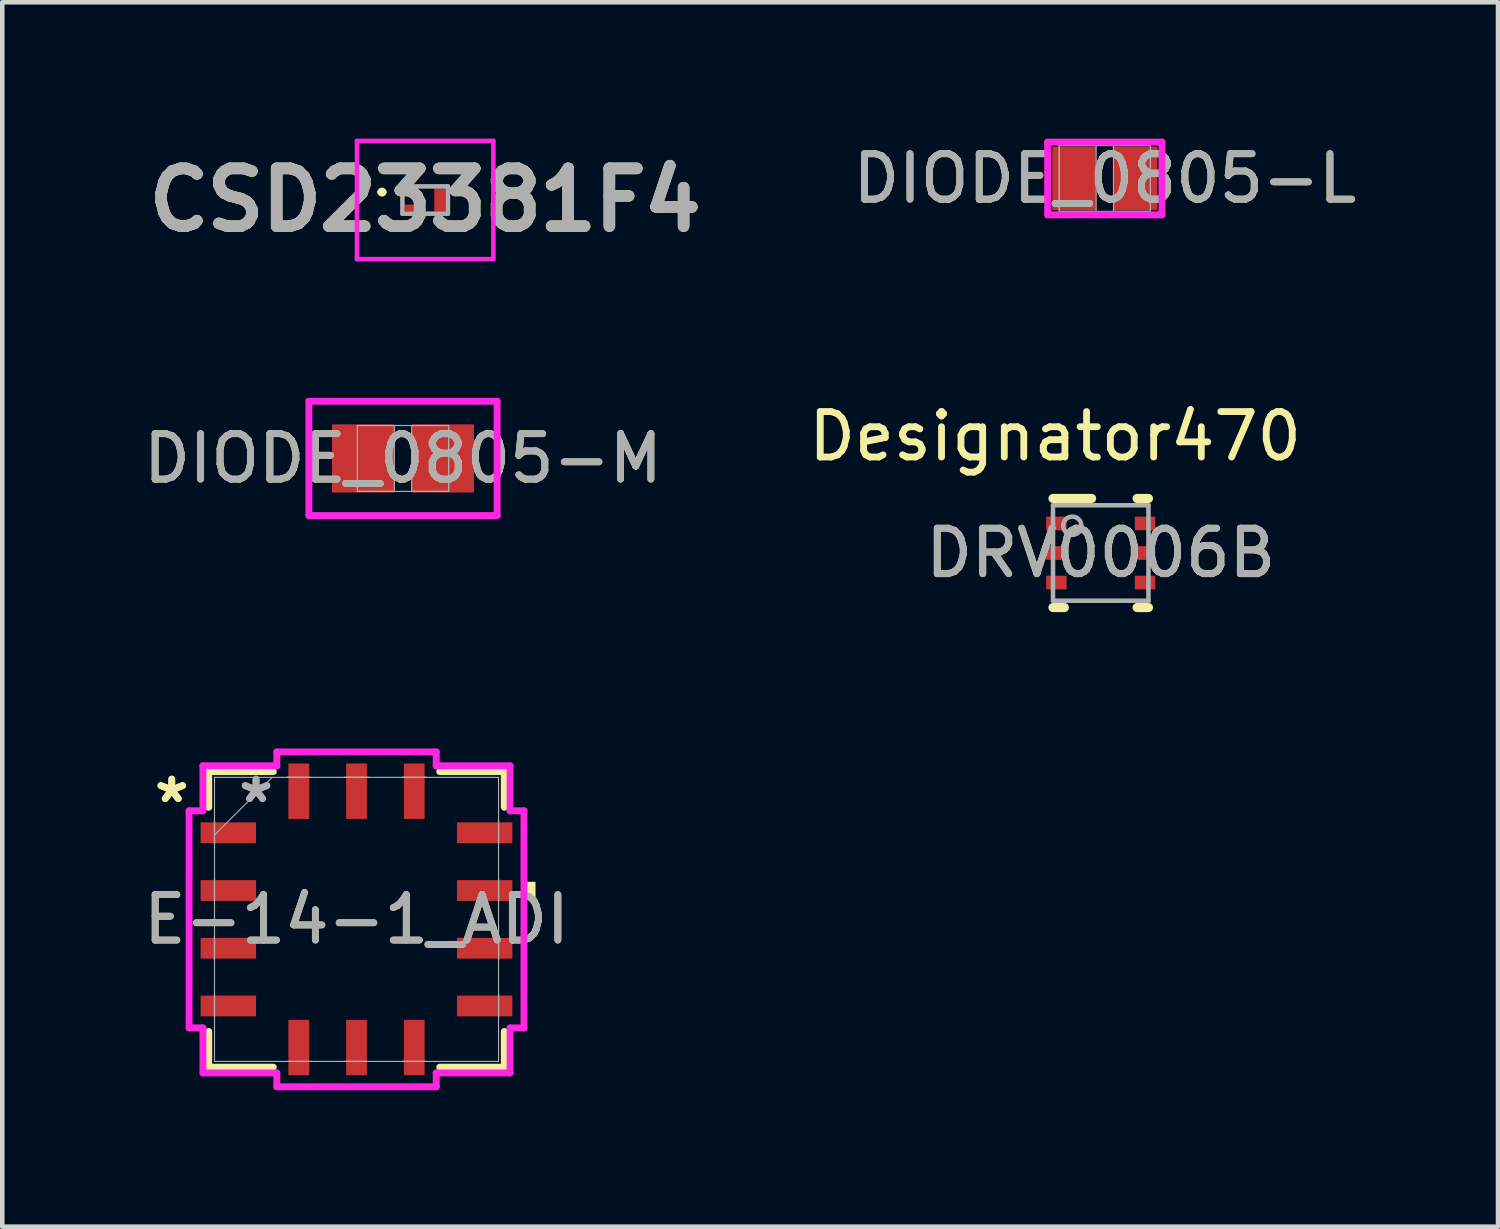
<source format=kicad_pcb>
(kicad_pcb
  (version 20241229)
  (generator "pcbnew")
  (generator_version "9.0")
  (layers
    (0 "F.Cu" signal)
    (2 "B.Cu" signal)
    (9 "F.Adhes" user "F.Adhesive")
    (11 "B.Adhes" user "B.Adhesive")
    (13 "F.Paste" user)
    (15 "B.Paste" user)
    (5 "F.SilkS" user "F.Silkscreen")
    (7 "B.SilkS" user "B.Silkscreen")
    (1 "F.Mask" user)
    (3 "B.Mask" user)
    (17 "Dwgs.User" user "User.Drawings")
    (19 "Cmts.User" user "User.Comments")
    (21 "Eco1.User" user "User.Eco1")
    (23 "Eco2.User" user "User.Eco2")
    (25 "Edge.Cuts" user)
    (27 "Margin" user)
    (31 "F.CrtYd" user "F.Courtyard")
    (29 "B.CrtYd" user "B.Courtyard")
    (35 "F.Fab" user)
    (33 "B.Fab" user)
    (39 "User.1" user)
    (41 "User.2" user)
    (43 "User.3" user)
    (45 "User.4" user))
  (footprint "DRV0006B"
    (layer "F.Cu")
    (at 21.162 9.114)
    (property "Reference" "DRV0006B" (at 0 0 0) (unlocked yes) (layer "F.SilkS") (effects (font (size 1 1) (thickness 0.15))))
    (attr smd)
    (fp_line (start -1.05 -1.2) (end -0.2 -1.2) (stroke (width 0.2) (type solid)) (layer "F.SilkS"))
    (fp_line (start -1.05 1.2) (end -0.8 1.2) (stroke (width 0.2) (type solid)) (layer "F.SilkS"))
    (fp_line (start 0.8 -1.2) (end 1.05 -1.2) (stroke (width 0.2) (type solid)) (layer "F.SilkS"))
    (fp_line (start 0.8 1.2) (end 1.05 1.2) (stroke (width 0.2) (type solid)) (layer "F.SilkS"))
    (fp_line (start -1.05 -1.05) (end 1.05 -1.05) (stroke (width 0.1) (type solid)) (layer "F.Fab"))
    (fp_line (start -1.05 1.05) (end -1.05 -1.05) (stroke (width 0.1) (type solid)) (layer "F.Fab"))
    (fp_line (start -1.05 1.05) (end 1.05 1.05) (stroke (width 0.1) (type solid)) (layer "F.Fab"))
    (fp_line (start 1.05 1.05) (end 1.05 -1.05) (stroke (width 0.1) (type solid)) (layer "F.Fab"))
    (fp_circle (center -0.625 -0.6) (end -0.425 -0.6) (stroke (width 0.1) (type solid)) (fill no) (layer "F.Fab"))
    (fp_text user "Designator470" (at -1.002 -2.566 0) (unlocked yes) (layer "F.SilkS") (effects (font (size 1 1) (thickness 0.15))))
    (fp_text user "${REFERENCE}" (at 0 0 0) (unlocked yes) (layer "F.Fab") (effects (font (size 1 1) (thickness 0.15))))
    (pad "1" smd rect (at -0.975 -0.65 90) (size 0.3 0.45) (layers "F.Cu" "F.Mask" "F.Paste"))
    (pad "2" smd rect (at -0.975 0 90) (size 0.3 0.45) (layers "F.Cu" "F.Mask" "F.Paste"))
    (pad "3" smd rect (at -0.975 0.65 90) (size 0.3 0.45) (layers "F.Cu" "F.Mask" "F.Paste"))
    (pad "4" smd rect (at 0.975 0.65 90) (size 0.3 0.45) (layers "F.Cu" "F.Mask" "F.Paste"))
    (pad "5" smd rect (at 0.975 0 90) (size 0.3 0.45) (layers "F.Cu" "F.Mask" "F.Paste"))
    (pad "6" smd rect (at 0.975 -0.65 90) (size 0.3 0.45) (layers "F.Cu" "F.Mask" "F.Paste")))
  (footprint "DIODE_0805-L"
    (layer "F.Cu")
    (at 21.252 0.876)
    (property "Reference" "DIODE_0805-L" (at 0 0 0) (unlocked yes) (layer "F.SilkS") (effects (font (size 1 1) (thickness 0.15))))
    (attr smd)
    (fp_line (start -1.257 -0.8) (end 1.257 -0.8) (stroke (width 0.152) (type solid)) (layer "F.CrtYd"))
    (fp_line (start -1.257 0.8) (end -1.257 -0.8) (stroke (width 0.152) (type solid)) (layer "F.CrtYd"))
    (fp_line (start 1.257 -0.8) (end 1.257 0.8) (stroke (width 0.152) (type solid)) (layer "F.CrtYd"))
    (fp_line (start 1.257 0.8) (end -1.257 0.8) (stroke (width 0.152) (type solid)) (layer "F.CrtYd"))
    (fp_line (start -1.003 -0.724) (end -1.003 0.724) (stroke (width 0.025) (type solid)) (layer "F.Fab"))
    (fp_line (start -1.003 -0.724) (end -1.003 0.724) (stroke (width 0.025) (type solid)) (layer "F.Fab"))
    (fp_line (start -1.003 0.724) (end -0.191 0.724) (stroke (width 0.025) (type solid)) (layer "F.Fab"))
    (fp_line (start -1.003 0.724) (end 1.003 0.724) (stroke (width 0.025) (type solid)) (layer "F.Fab"))
    (fp_line (start -0.191 -0.724) (end -1.003 -0.724) (stroke (width 0.025) (type solid)) (layer "F.Fab"))
    (fp_line (start -0.191 0.724) (end -0.191 -0.724) (stroke (width 0.025) (type solid)) (layer "F.Fab"))
    (fp_line (start 0.191 -0.724) (end 0.191 0.724) (stroke (width 0.025) (type solid)) (layer "F.Fab"))
    (fp_line (start 0.191 0.724) (end 1.003 0.724) (stroke (width 0.025) (type solid)) (layer "F.Fab"))
    (fp_line (start 1.003 -0.724) (end -1.003 -0.724) (stroke (width 0.025) (type solid)) (layer "F.Fab"))
    (fp_line (start 1.003 -0.724) (end 0.191 -0.724) (stroke (width 0.025) (type solid)) (layer "F.Fab"))
    (fp_line (start 1.003 0.724) (end 1.003 -0.724) (stroke (width 0.025) (type solid)) (layer "F.Fab"))
    (fp_line (start 1.003 0.724) (end 1.003 -0.724) (stroke (width 0.025) (type solid)) (layer "F.Fab"))
    (fp_text user "${REFERENCE}" (at 0 0 0) (unlocked yes) (layer "F.Fab") (effects (font (size 1 1) (thickness 0.15))))
    (pad "1" smd rect (at -0.673 0) (size 0.965 1.397) (layers "F.Cu" "F.Mask" "F.Paste"))
    (pad "2" smd rect (at 0.673 0) (size 0.965 1.397) (layers "F.Cu" "F.Mask" "F.Paste"))
    (zone (net_name "") (layer "F.Cu") (hatch full 0.508) (connect_pads) (min_thickness 0.254) (filled_areas_thickness no) (keepout (tracks not_allowed) (vias not_allowed) (pads allowed) (copperpour not_allowed) (footprints allowed)) (placement (enabled no)) (fill) (polygon (pts (xy 21.112 0.203) (xy 21.392 0.203) (xy 21.392 1.549) (xy 21.112 1.549)))))
  (footprint "DIODE_0805-M"
    (layer "F.Cu")
    (at 5.815 7.034)
    (property "Reference" "DIODE_0805-M" (at 0 0 0) (unlocked yes) (layer "F.SilkS") (effects (font (size 1 1) (thickness 0.15))))
    (attr smd)
    (fp_line (start -2.07 -1.257) (end 2.07 -1.257) (stroke (width 0.152) (type solid)) (layer "F.CrtYd"))
    (fp_line (start -2.07 1.257) (end -2.07 -1.257) (stroke (width 0.152) (type solid)) (layer "F.CrtYd"))
    (fp_line (start 2.07 -1.257) (end 2.07 1.257) (stroke (width 0.152) (type solid)) (layer "F.CrtYd"))
    (fp_line (start 2.07 1.257) (end -2.07 1.257) (stroke (width 0.152) (type solid)) (layer "F.CrtYd"))
    (fp_line (start -1.003 -0.724) (end -1.003 0.724) (stroke (width 0.025) (type solid)) (layer "F.Fab"))
    (fp_line (start -1.003 -0.724) (end -1.003 0.724) (stroke (width 0.025) (type solid)) (layer "F.Fab"))
    (fp_line (start -1.003 0.724) (end -0.191 0.724) (stroke (width 0.025) (type solid)) (layer "F.Fab"))
    (fp_line (start -1.003 0.724) (end 1.003 0.724) (stroke (width 0.025) (type solid)) (layer "F.Fab"))
    (fp_line (start -0.191 -0.724) (end -1.003 -0.724) (stroke (width 0.025) (type solid)) (layer "F.Fab"))
    (fp_line (start -0.191 0.724) (end -0.191 -0.724) (stroke (width 0.025) (type solid)) (layer "F.Fab"))
    (fp_line (start 0.191 -0.724) (end 0.191 0.724) (stroke (width 0.025) (type solid)) (layer "F.Fab"))
    (fp_line (start 0.191 0.724) (end 1.003 0.724) (stroke (width 0.025) (type solid)) (layer "F.Fab"))
    (fp_line (start 1.003 -0.724) (end -1.003 -0.724) (stroke (width 0.025) (type solid)) (layer "F.Fab"))
    (fp_line (start 1.003 -0.724) (end 0.191 -0.724) (stroke (width 0.025) (type solid)) (layer "F.Fab"))
    (fp_line (start 1.003 0.724) (end 1.003 -0.724) (stroke (width 0.025) (type solid)) (layer "F.Fab"))
    (fp_line (start 1.003 0.724) (end 1.003 -0.724) (stroke (width 0.025) (type solid)) (layer "F.Fab"))
    (fp_text user "${REFERENCE}" (at 0 0 0) (unlocked yes) (layer "F.Fab") (effects (font (size 1 1) (thickness 0.15))))
    (pad "1" smd rect (at -0.876 0) (size 1.372 1.499) (layers "F.Cu" "F.Mask" "F.Paste"))
    (pad "2" smd rect (at 0.876 0) (size 1.372 1.499) (layers "F.Cu" "F.Mask" "F.Paste"))
    (zone (net_name "") (layer "F.Cu") (hatch full 0.508) (connect_pads) (min_thickness 0.254) (filled_areas_thickness no) (keepout (tracks not_allowed) (vias not_allowed) (pads allowed) (copperpour not_allowed) (footprints allowed)) (placement (enabled no)) (fill) (polygon (pts (xy 5.676 6.36) (xy 5.955 6.36) (xy 5.955 7.707) (xy 5.676 7.707)))))
  (footprint "E-14-1_ADI"
    (layer "F.Cu")
    (at 4.792 17.173)
    (property "Reference" "E-14-1_ADI" (at 0 0 0) (unlocked yes) (layer "F.SilkS") (effects (font (size 1 1) (thickness 0.15))))
    (attr smd)
    (fp_line (start -3.251 -3.251) (end -3.251 -2.466) (stroke (width 0.152) (type solid)) (layer "F.SilkS"))
    (fp_line (start -3.251 2.466) (end -3.251 3.251) (stroke (width 0.152) (type solid)) (layer "F.SilkS"))
    (fp_line (start -3.251 3.251) (end -1.831 3.251) (stroke (width 0.152) (type solid)) (layer "F.SilkS"))
    (fp_line (start -1.831 -3.251) (end -3.251 -3.251) (stroke (width 0.152) (type solid)) (layer "F.SilkS"))
    (fp_line (start 1.831 3.251) (end 3.251 3.251) (stroke (width 0.152) (type solid)) (layer "F.SilkS"))
    (fp_line (start 3.251 -3.251) (end 1.831 -3.251) (stroke (width 0.152) (type solid)) (layer "F.SilkS"))
    (fp_line (start 3.251 -2.466) (end 3.251 -3.251) (stroke (width 0.152) (type solid)) (layer "F.SilkS"))
    (fp_line (start 3.251 3.251) (end 3.251 2.466) (stroke (width 0.152) (type solid)) (layer "F.SilkS"))
    (fp_poly (pts (xy 3.937 -0.826) (xy 3.937 -0.445) (xy 3.683 -0.445) (xy 3.683 -0.826)) (stroke (width 0) (type solid)) (fill yes) (layer "F.SilkS"))
    (fp_line (start -3.683 -2.388) (end -3.378 -2.388) (stroke (width 0.152) (type solid)) (layer "F.CrtYd"))
    (fp_line (start -3.683 2.388) (end -3.683 -2.388) (stroke (width 0.152) (type solid)) (layer "F.CrtYd"))
    (fp_line (start -3.378 -3.378) (end -1.753 -3.378) (stroke (width 0.152) (type solid)) (layer "F.CrtYd"))
    (fp_line (start -3.378 -2.388) (end -3.378 -3.378) (stroke (width 0.152) (type solid)) (layer "F.CrtYd"))
    (fp_line (start -3.378 2.388) (end -3.683 2.388) (stroke (width 0.152) (type solid)) (layer "F.CrtYd"))
    (fp_line (start -3.378 3.378) (end -3.378 2.388) (stroke (width 0.152) (type solid)) (layer "F.CrtYd"))
    (fp_line (start -1.753 -3.683) (end 1.753 -3.683) (stroke (width 0.152) (type solid)) (layer "F.CrtYd"))
    (fp_line (start -1.753 -3.378) (end -1.753 -3.683) (stroke (width 0.152) (type solid)) (layer "F.CrtYd"))
    (fp_line (start -1.753 3.378) (end -3.378 3.378) (stroke (width 0.152) (type solid)) (layer "F.CrtYd"))
    (fp_line (start -1.753 3.683) (end -1.753 3.378) (stroke (width 0.152) (type solid)) (layer "F.CrtYd"))
    (fp_line (start 1.753 -3.683) (end 1.753 -3.378) (stroke (width 0.152) (type solid)) (layer "F.CrtYd"))
    (fp_line (start 1.753 -3.378) (end 3.378 -3.378) (stroke (width 0.152) (type solid)) (layer "F.CrtYd"))
    (fp_line (start 1.753 3.378) (end 1.753 3.683) (stroke (width 0.152) (type solid)) (layer "F.CrtYd"))
    (fp_line (start 1.753 3.683) (end -1.753 3.683) (stroke (width 0.152) (type solid)) (layer "F.CrtYd"))
    (fp_line (start 3.378 -3.378) (end 3.378 -2.388) (stroke (width 0.152) (type solid)) (layer "F.CrtYd"))
    (fp_line (start 3.378 -2.388) (end 3.683 -2.388) (stroke (width 0.152) (type solid)) (layer "F.CrtYd"))
    (fp_line (start 3.378 2.388) (end 3.378 3.378) (stroke (width 0.152) (type solid)) (layer "F.CrtYd"))
    (fp_line (start 3.378 3.378) (end 1.753 3.378) (stroke (width 0.152) (type solid)) (layer "F.CrtYd"))
    (fp_line (start 3.683 -2.388) (end 3.683 2.388) (stroke (width 0.152) (type solid)) (layer "F.CrtYd"))
    (fp_line (start 3.683 2.388) (end 3.378 2.388) (stroke (width 0.152) (type solid)) (layer "F.CrtYd"))
    (fp_line (start -3.124 -3.124) (end -3.124 -3.124) (stroke (width 0.025) (type solid)) (layer "F.Fab"))
    (fp_line (start -3.124 -3.124) (end -3.124 3.124) (stroke (width 0.025) (type solid)) (layer "F.Fab"))
    (fp_line (start -3.124 -2.159) (end -3.124 -2.159) (stroke (width 0.025) (type solid)) (layer "F.Fab"))
    (fp_line (start -3.124 -2.159) (end -3.124 -1.651) (stroke (width 0.025) (type solid)) (layer "F.Fab"))
    (fp_line (start -3.124 -1.854) (end -1.854 -3.124) (stroke (width 0.025) (type solid)) (layer "F.Fab"))
    (fp_line (start -3.124 -1.651) (end -3.124 -2.159) (stroke (width 0.025) (type solid)) (layer "F.Fab"))
    (fp_line (start -3.124 -1.651) (end -3.124 -1.651) (stroke (width 0.025) (type solid)) (layer "F.Fab"))
    (fp_line (start -3.124 -0.889) (end -3.124 -0.889) (stroke (width 0.025) (type solid)) (layer "F.Fab"))
    (fp_line (start -3.124 -0.889) (end -3.124 -0.381) (stroke (width 0.025) (type solid)) (layer "F.Fab"))
    (fp_line (start -3.124 -0.381) (end -3.124 -0.889) (stroke (width 0.025) (type solid)) (layer "F.Fab"))
    (fp_line (start -3.124 -0.381) (end -3.124 -0.381) (stroke (width 0.025) (type solid)) (layer "F.Fab"))
    (fp_line (start -3.124 0.381) (end -3.124 0.381) (stroke (width 0.025) (type solid)) (layer "F.Fab"))
    (fp_line (start -3.124 0.381) (end -3.124 0.889) (stroke (width 0.025) (type solid)) (layer "F.Fab"))
    (fp_line (start -3.124 0.889) (end -3.124 0.381) (stroke (width 0.025) (type solid)) (layer "F.Fab"))
    (fp_line (start -3.124 0.889) (end -3.124 0.889) (stroke (width 0.025) (type solid)) (layer "F.Fab"))
    (fp_line (start -3.124 1.651) (end -3.124 1.651) (stroke (width 0.025) (type solid)) (layer "F.Fab"))
    (fp_line (start -3.124 1.651) (end -3.124 2.159) (stroke (width 0.025) (type solid)) (layer "F.Fab"))
    (fp_line (start -3.124 2.159) (end -3.124 1.651) (stroke (width 0.025) (type solid)) (layer "F.Fab"))
    (fp_line (start -3.124 2.159) (end -3.124 2.159) (stroke (width 0.025) (type solid)) (layer "F.Fab"))
    (fp_line (start -3.124 3.124) (end -3.124 3.124) (stroke (width 0.025) (type solid)) (layer "F.Fab"))
    (fp_line (start -3.124 3.124) (end 3.124 3.124) (stroke (width 0.025) (type solid)) (layer "F.Fab"))
    (fp_line (start -1.524 -3.124) (end -1.524 -3.124) (stroke (width 0.025) (type solid)) (layer "F.Fab"))
    (fp_line (start -1.524 -3.124) (end -1.016 -3.124) (stroke (width 0.025) (type solid)) (layer "F.Fab"))
    (fp_line (start -1.524 3.124) (end -1.524 3.124) (stroke (width 0.025) (type solid)) (layer "F.Fab"))
    (fp_line (start -1.524 3.124) (end -1.016 3.124) (stroke (width 0.025) (type solid)) (layer "F.Fab"))
    (fp_line (start -1.016 -3.124) (end -1.524 -3.124) (stroke (width 0.025) (type solid)) (layer "F.Fab"))
    (fp_line (start -1.016 -3.124) (end -1.016 -3.124) (stroke (width 0.025) (type solid)) (layer "F.Fab"))
    (fp_line (start -1.016 3.124) (end -1.524 3.124) (stroke (width 0.025) (type solid)) (layer "F.Fab"))
    (fp_line (start -1.016 3.124) (end -1.016 3.124) (stroke (width 0.025) (type solid)) (layer "F.Fab"))
    (fp_line (start -0.254 -3.124) (end -0.254 -3.124) (stroke (width 0.025) (type solid)) (layer "F.Fab"))
    (fp_line (start -0.254 -3.124) (end 0.254 -3.124) (stroke (width 0.025) (type solid)) (layer "F.Fab"))
    (fp_line (start -0.254 3.124) (end -0.254 3.124) (stroke (width 0.025) (type solid)) (layer "F.Fab"))
    (fp_line (start -0.254 3.124) (end 0.254 3.124) (stroke (width 0.025) (type solid)) (layer "F.Fab"))
    (fp_line (start 0.254 -3.124) (end -0.254 -3.124) (stroke (width 0.025) (type solid)) (layer "F.Fab"))
    (fp_line (start 0.254 -3.124) (end 0.254 -3.124) (stroke (width 0.025) (type solid)) (layer "F.Fab"))
    (fp_line (start 0.254 3.124) (end -0.254 3.124) (stroke (width 0.025) (type solid)) (layer "F.Fab"))
    (fp_line (start 0.254 3.124) (end 0.254 3.124) (stroke (width 0.025) (type solid)) (layer "F.Fab"))
    (fp_line (start 1.016 -3.124) (end 1.016 -3.124) (stroke (width 0.025) (type solid)) (layer "F.Fab"))
    (fp_line (start 1.016 -3.124) (end 1.524 -3.124) (stroke (width 0.025) (type solid)) (layer "F.Fab"))
    (fp_line (start 1.016 3.124) (end 1.016 3.124) (stroke (width 0.025) (type solid)) (layer "F.Fab"))
    (fp_line (start 1.016 3.124) (end 1.524 3.124) (stroke (width 0.025) (type solid)) (layer "F.Fab"))
    (fp_line (start 1.524 -3.124) (end 1.016 -3.124) (stroke (width 0.025) (type solid)) (layer "F.Fab"))
    (fp_line (start 1.524 -3.124) (end 1.524 -3.124) (stroke (width 0.025) (type solid)) (layer "F.Fab"))
    (fp_line (start 1.524 3.124) (end 1.016 3.124) (stroke (width 0.025) (type solid)) (layer "F.Fab"))
    (fp_line (start 1.524 3.124) (end 1.524 3.124) (stroke (width 0.025) (type solid)) (layer "F.Fab"))
    (fp_line (start 3.124 -3.124) (end -3.124 -3.124) (stroke (width 0.025) (type solid)) (layer "F.Fab"))
    (fp_line (start 3.124 -3.124) (end 3.124 -3.124) (stroke (width 0.025) (type solid)) (layer "F.Fab"))
    (fp_line (start 3.124 -2.159) (end 3.124 -2.159) (stroke (width 0.025) (type solid)) (layer "F.Fab"))
    (fp_line (start 3.124 -2.159) (end 3.124 -1.651) (stroke (width 0.025) (type solid)) (layer "F.Fab"))
    (fp_line (start 3.124 -1.651) (end 3.124 -2.159) (stroke (width 0.025) (type solid)) (layer "F.Fab"))
    (fp_line (start 3.124 -1.651) (end 3.124 -1.651) (stroke (width 0.025) (type solid)) (layer "F.Fab"))
    (fp_line (start 3.124 -0.889) (end 3.124 -0.889) (stroke (width 0.025) (type solid)) (layer "F.Fab"))
    (fp_line (start 3.124 -0.889) (end 3.124 -0.381) (stroke (width 0.025) (type solid)) (layer "F.Fab"))
    (fp_line (start 3.124 -0.381) (end 3.124 -0.889) (stroke (width 0.025) (type solid)) (layer "F.Fab"))
    (fp_line (start 3.124 -0.381) (end 3.124 -0.381) (stroke (width 0.025) (type solid)) (layer "F.Fab"))
    (fp_line (start 3.124 0.381) (end 3.124 0.381) (stroke (width 0.025) (type solid)) (layer "F.Fab"))
    (fp_line (start 3.124 0.381) (end 3.124 0.889) (stroke (width 0.025) (type solid)) (layer "F.Fab"))
    (fp_line (start 3.124 0.889) (end 3.124 0.381) (stroke (width 0.025) (type solid)) (layer "F.Fab"))
    (fp_line (start 3.124 0.889) (end 3.124 0.889) (stroke (width 0.025) (type solid)) (layer "F.Fab"))
    (fp_line (start 3.124 1.651) (end 3.124 1.651) (stroke (width 0.025) (type solid)) (layer "F.Fab"))
    (fp_line (start 3.124 1.651) (end 3.124 2.159) (stroke (width 0.025) (type solid)) (layer "F.Fab"))
    (fp_line (start 3.124 2.159) (end 3.124 1.651) (stroke (width 0.025) (type solid)) (layer "F.Fab"))
    (fp_line (start 3.124 2.159) (end 3.124 2.159) (stroke (width 0.025) (type solid)) (layer "F.Fab"))
    (fp_line (start 3.124 3.124) (end 3.124 -3.124) (stroke (width 0.025) (type solid)) (layer "F.Fab"))
    (fp_line (start 3.124 3.124) (end 3.124 3.124) (stroke (width 0.025) (type solid)) (layer "F.Fab"))
    (fp_text user "*" (at -4.064 -2.54 0) (layer "F.SilkS") (effects (font (size 1 1) (thickness 0.15))))
    (fp_text user "*" (at -4.064 -2.54 0) (unlocked yes) (layer "F.SilkS") (effects (font (size 1 1) (thickness 0.15))))
    (fp_text user "*" (at -2.21 -2.54 0) (layer "F.Fab") (effects (font (size 1 1) (thickness 0.15))))
    (fp_text user "*" (at -2.21 -2.54 0) (unlocked yes) (layer "F.Fab") (effects (font (size 1 1) (thickness 0.15))))
    (fp_text user "${REFERENCE}" (at 0 0 0) (unlocked yes) (layer "F.Fab") (effects (font (size 1 1) (thickness 0.15))))
    (pad "1" smd rect (at -2.819 -1.905 90) (size 0.457 1.219) (layers "F.Cu" "F.Mask" "F.Paste"))
    (pad "2" smd rect (at -2.819 -0.635 90) (size 0.457 1.219) (layers "F.Cu" "F.Mask" "F.Paste"))
    (pad "3" smd rect (at -2.819 0.635 90) (size 0.457 1.219) (layers "F.Cu" "F.Mask" "F.Paste"))
    (pad "4" smd rect (at -2.819 1.905 90) (size 0.457 1.219) (layers "F.Cu" "F.Mask" "F.Paste"))
    (pad "5" smd rect (at -1.27 2.819) (size 0.457 1.219) (layers "F.Cu" "F.Mask" "F.Paste"))
    (pad "6" smd rect (at 0 2.819) (size 0.457 1.219) (layers "F.Cu" "F.Mask" "F.Paste"))
    (pad "7" smd rect (at 1.27 2.819) (size 0.457 1.219) (layers "F.Cu" "F.Mask" "F.Paste"))
    (pad "8" smd rect (at 2.819 1.905 90) (size 0.457 1.219) (layers "F.Cu" "F.Mask" "F.Paste"))
    (pad "9" smd rect (at 2.819 0.635 90) (size 0.457 1.219) (layers "F.Cu" "F.Mask" "F.Paste"))
    (pad "10" smd rect (at 2.819 -0.635 90) (size 0.457 1.219) (layers "F.Cu" "F.Mask" "F.Paste"))
    (pad "11" smd rect (at 2.819 -1.905 90) (size 0.457 1.219) (layers "F.Cu" "F.Mask" "F.Paste"))
    (pad "12" smd rect (at 1.27 -2.819) (size 0.457 1.219) (layers "F.Cu" "F.Mask" "F.Paste"))
    (pad "13" smd rect (at 0 -2.819) (size 0.457 1.219) (layers "F.Cu" "F.Mask" "F.Paste"))
    (pad "14" smd rect (at -1.27 -2.819) (size 0.457 1.219) (layers "F.Cu" "F.Mask" "F.Paste")))
  (footprint "CSD23381F4"
    (layer "F.Cu")
    (at 6.302 1.35)
    (property "Reference" "CSD23381F4" (at 0 0 0) (layer "F.SilkS") (effects (font (size 1.27 1.27) (thickness 0.254))))
    (attr smd)
    (fp_line (start -1 -0.175) (end -1 -0.175) (stroke (width 0.1) (type solid)) (layer "F.SilkS"))
    (fp_line (start -0.9 -0.175) (end -0.9 -0.175) (stroke (width 0.1) (type solid)) (layer "F.SilkS"))
    (fp_arc (start -1 -0.175) (mid -0.95 -0.225) (end -0.9 -0.175) (stroke (width 0.1) (type solid)) (layer "F.SilkS"))
    (fp_arc (start -0.9 -0.175) (mid -0.95 -0.125) (end -1 -0.175) (stroke (width 0.1) (type solid)) (layer "F.SilkS"))
    (fp_line (start -1.5 -1.3) (end 1.5 -1.3) (stroke (width 0.1) (type solid)) (layer "F.CrtYd"))
    (fp_line (start -1.5 1.3) (end -1.5 -1.3) (stroke (width 0.1) (type solid)) (layer "F.CrtYd"))
    (fp_line (start 1.5 -1.3) (end 1.5 1.3) (stroke (width 0.1) (type solid)) (layer "F.CrtYd"))
    (fp_line (start 1.5 1.3) (end -1.5 1.3) (stroke (width 0.1) (type solid)) (layer "F.CrtYd"))
    (fp_line (start -0.5 -0.3) (end -0.5 0.3) (stroke (width 0.1) (type solid)) (layer "F.Fab"))
    (fp_line (start -0.5 0.3) (end 0.5 0.3) (stroke (width 0.1) (type solid)) (layer "F.Fab"))
    (fp_line (start 0.5 -0.3) (end -0.5 -0.3) (stroke (width 0.1) (type solid)) (layer "F.Fab"))
    (fp_line (start 0.5 0.3) (end 0.5 -0.3) (stroke (width 0.1) (type solid)) (layer "F.Fab"))
    (fp_text user "${REFERENCE}" (at 0 0 0) (layer "F.Fab") (effects (font (size 1.27 1.27) (thickness 0.254))))
    (pad "1" smd rect (at -0.325 -0.175 90) (size 0.15 0.25) (layers "F.Cu" "F.Mask" "F.Paste"))
    (pad "2" smd rect (at -0.325 0.175 90) (size 0.15 0.25) (layers "F.Cu" "F.Mask" "F.Paste"))
    (pad "3" smd rect (at 0.325 0) (size 0.25 0.5) (layers "F.Cu" "F.Mask" "F.Paste")))
  (gr_rect
    (start -3 -3)
    (end 29.901 23.933)
    (stroke (width 0.1) (type default))
    (fill no)
    (layer "Edge.Cuts")))
</source>
